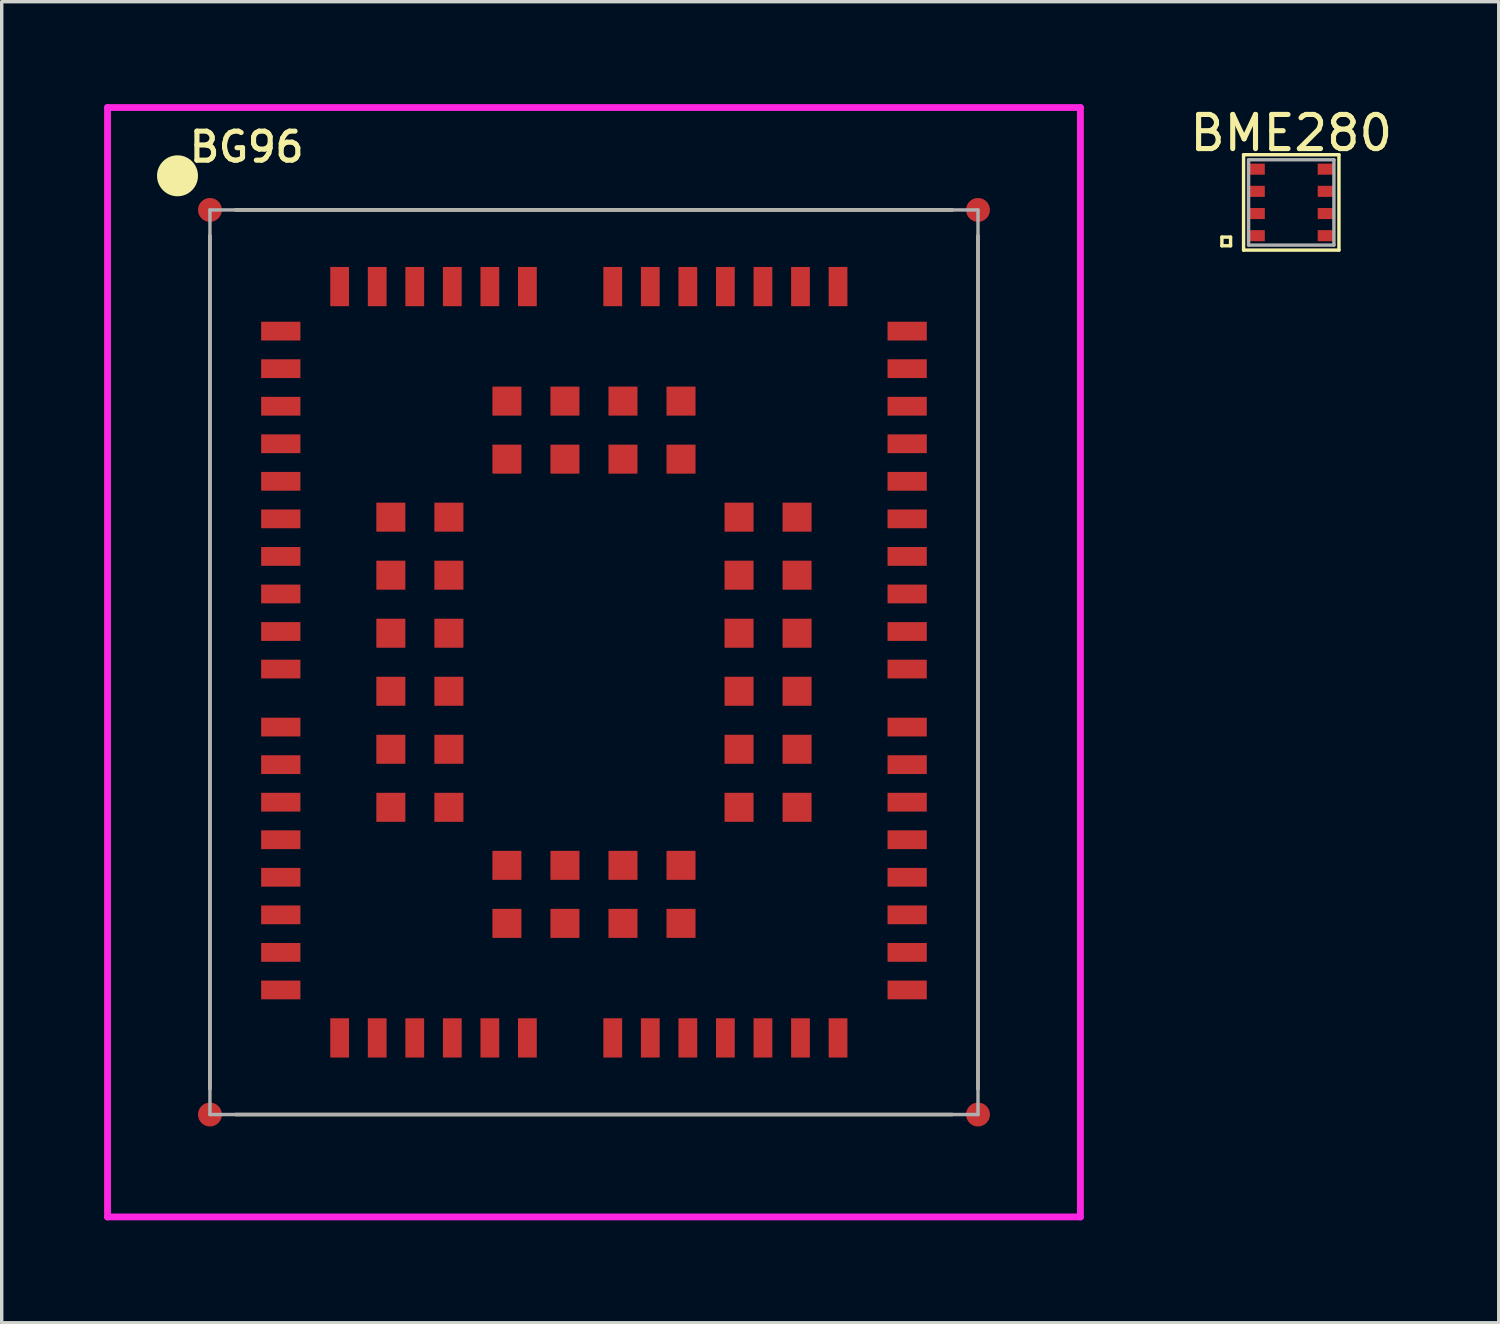
<source format=kicad_pcb>
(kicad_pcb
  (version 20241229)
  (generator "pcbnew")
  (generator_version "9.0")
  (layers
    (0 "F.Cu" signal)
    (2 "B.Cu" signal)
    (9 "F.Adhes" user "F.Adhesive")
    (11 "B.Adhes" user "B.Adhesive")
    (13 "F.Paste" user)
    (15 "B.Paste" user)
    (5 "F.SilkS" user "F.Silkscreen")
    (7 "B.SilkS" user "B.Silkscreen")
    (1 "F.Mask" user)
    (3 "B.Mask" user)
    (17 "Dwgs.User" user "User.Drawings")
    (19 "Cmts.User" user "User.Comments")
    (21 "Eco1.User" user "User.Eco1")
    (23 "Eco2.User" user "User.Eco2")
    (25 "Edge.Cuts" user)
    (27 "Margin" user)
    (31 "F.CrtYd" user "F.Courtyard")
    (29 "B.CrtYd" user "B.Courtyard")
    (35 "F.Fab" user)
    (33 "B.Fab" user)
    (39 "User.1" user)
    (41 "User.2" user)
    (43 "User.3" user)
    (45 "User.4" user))
  (footprint "BG96"
    (layer "F.Cu")
    (at 14.35 16.35)
    (property "Reference" "BG96" (at -10.174 -15.094 0) (layer "F.SilkS") (effects (font (size 0.85 0.85) (thickness 0.15))))
    (attr smd)
    (fp_line (start -11.25 12.5) (end -11.25 -12.5) (stroke (width 0.1) (type solid)) (layer "F.SilkS"))
    (fp_line (start -10.5 -13.25) (end 10.5 -13.25) (stroke (width 0.1) (type solid)) (layer "F.SilkS"))
    (fp_line (start 10.5 13.25) (end -10.5 13.25) (stroke (width 0.1) (type solid)) (layer "F.SilkS"))
    (fp_line (start 11.25 -12.5) (end 11.25 12.5) (stroke (width 0.1) (type solid)) (layer "F.SilkS"))
    (fp_line (start -14.25 -16.25) (end 14.25 -16.25) (stroke (width 0.2) (type solid)) (layer "F.CrtYd"))
    (fp_line (start -14.25 16.25) (end -14.25 -16.25) (stroke (width 0.2) (type solid)) (layer "F.CrtYd"))
    (fp_line (start 14.25 -16.25) (end 14.25 16.25) (stroke (width 0.2) (type solid)) (layer "F.CrtYd"))
    (fp_line (start 14.25 16.25) (end -14.25 16.25) (stroke (width 0.2) (type solid)) (layer "F.CrtYd"))
    (fp_line (start -11.25 -13.25) (end 11.25 -13.25) (stroke (width 0.1) (type solid)) (layer "F.Fab"))
    (fp_line (start -11.25 13.25) (end -11.25 -13.25) (stroke (width 0.1) (type solid)) (layer "F.Fab"))
    (fp_line (start 11.25 -13.25) (end 11.25 13.25) (stroke (width 0.1) (type solid)) (layer "F.Fab"))
    (fp_line (start 11.25 13.25) (end -11.25 13.25) (stroke (width 0.1) (type solid)) (layer "F.Fab"))
    (pad "" smd circle (at -12.2 -14.25 90) (size 1.2 1.2) (layers "F.SilkS"))
    (pad "0" smd circle (at -11.25 -13.25 90) (size 0.7 0.7) (layers "F.Cu" "F.Mask"))
    (pad "0" smd circle (at -11.25 13.25 90) (size 0.7 0.7) (layers "F.Cu" "F.Mask"))
    (pad "0" smd circle (at 11.25 -13.25 90) (size 0.7 0.7) (layers "F.Cu" "F.Mask"))
    (pad "0" smd circle (at 11.25 13.25 90) (size 0.7 0.7) (layers "F.Cu" "F.Mask"))
    (pad "1" smd rect (at -9.175 -9.7) (size 1.15 0.55) (layers "F.Cu" "F.Mask" "F.Paste"))
    (pad "2" smd rect (at -9.175 -8.6) (size 1.15 0.55) (layers "F.Cu" "F.Mask" "F.Paste"))
    (pad "3" smd rect (at -9.175 -7.5) (size 1.15 0.55) (layers "F.Cu" "F.Mask" "F.Paste"))
    (pad "4" smd rect (at -9.175 -6.4) (size 1.15 0.55) (layers "F.Cu" "F.Mask" "F.Paste"))
    (pad "5" smd rect (at -9.175 -5.3) (size 1.15 0.55) (layers "F.Cu" "F.Mask" "F.Paste"))
    (pad "6" smd rect (at -9.175 -4.2) (size 1.15 0.55) (layers "F.Cu" "F.Mask" "F.Paste"))
    (pad "7" smd rect (at -9.175 -3.1) (size 1.15 0.55) (layers "F.Cu" "F.Mask" "F.Paste"))
    (pad "8" smd rect (at -9.175 -2) (size 1.15 0.55) (layers "F.Cu" "F.Mask" "F.Paste"))
    (pad "9" smd rect (at -9.175 -0.9) (size 1.15 0.55) (layers "F.Cu" "F.Mask" "F.Paste"))
    (pad "10" smd rect (at -9.175 0.2) (size 1.15 0.55) (layers "F.Cu" "F.Mask" "F.Paste"))
    (pad "11" smd rect (at -9.175 1.9) (size 1.15 0.55) (layers "F.Cu" "F.Mask" "F.Paste"))
    (pad "12" smd rect (at -9.175 3) (size 1.15 0.55) (layers "F.Cu" "F.Mask" "F.Paste"))
    (pad "13" smd rect (at -9.175 4.1) (size 1.15 0.55) (layers "F.Cu" "F.Mask" "F.Paste"))
    (pad "14" smd rect (at -9.175 5.2) (size 1.15 0.55) (layers "F.Cu" "F.Mask" "F.Paste"))
    (pad "15" smd rect (at -9.175 6.3) (size 1.15 0.55) (layers "F.Cu" "F.Mask" "F.Paste"))
    (pad "16" smd rect (at -9.175 7.4) (size 1.15 0.55) (layers "F.Cu" "F.Mask" "F.Paste"))
    (pad "17" smd rect (at -9.175 8.5) (size 1.15 0.55) (layers "F.Cu" "F.Mask" "F.Paste"))
    (pad "18" smd rect (at -9.175 9.6) (size 1.15 0.55) (layers "F.Cu" "F.Mask" "F.Paste"))
    (pad "19" smd rect (at -7.45 11.005 90) (size 1.15 0.55) (layers "F.Cu" "F.Mask" "F.Paste"))
    (pad "20" smd rect (at -6.35 11.005 90) (size 1.15 0.55) (layers "F.Cu" "F.Mask" "F.Paste"))
    (pad "21" smd rect (at -5.25 11.005 90) (size 1.15 0.55) (layers "F.Cu" "F.Mask" "F.Paste"))
    (pad "22" smd rect (at -4.15 11.005 90) (size 1.15 0.55) (layers "F.Cu" "F.Mask" "F.Paste"))
    (pad "23" smd rect (at -3.05 11.005 90) (size 1.15 0.55) (layers "F.Cu" "F.Mask" "F.Paste"))
    (pad "24" smd rect (at -1.95 11.005 90) (size 1.15 0.55) (layers "F.Cu" "F.Mask" "F.Paste"))
    (pad "25" smd rect (at 0.55 11.005 90) (size 1.15 0.55) (layers "F.Cu" "F.Mask" "F.Paste"))
    (pad "26" smd rect (at 1.65 11.005 90) (size 1.15 0.55) (layers "F.Cu" "F.Mask" "F.Paste"))
    (pad "27" smd rect (at 2.75 11.005 90) (size 1.15 0.55) (layers "F.Cu" "F.Mask" "F.Paste"))
    (pad "28" smd rect (at 3.85 11.005 90) (size 1.15 0.55) (layers "F.Cu" "F.Mask" "F.Paste"))
    (pad "29" smd rect (at 4.95 11.005 90) (size 1.15 0.55) (layers "F.Cu" "F.Mask" "F.Paste"))
    (pad "30" smd rect (at 6.05 11.005 90) (size 1.15 0.55) (layers "F.Cu" "F.Mask" "F.Paste"))
    (pad "31" smd rect (at 7.15 11.005 90) (size 1.15 0.55) (layers "F.Cu" "F.Mask" "F.Paste"))
    (pad "32" smd rect (at 9.175 9.6 180) (size 1.15 0.55) (layers "F.Cu" "F.Mask" "F.Paste"))
    (pad "33" smd rect (at 9.175 8.5 180) (size 1.15 0.55) (layers "F.Cu" "F.Mask" "F.Paste"))
    (pad "34" smd rect (at 9.175 7.4 180) (size 1.15 0.55) (layers "F.Cu" "F.Mask" "F.Paste"))
    (pad "35" smd rect (at 9.175 6.3 180) (size 1.15 0.55) (layers "F.Cu" "F.Mask" "F.Paste"))
    (pad "36" smd rect (at 9.175 5.2 180) (size 1.15 0.55) (layers "F.Cu" "F.Mask" "F.Paste"))
    (pad "37" smd rect (at 9.175 4.1 180) (size 1.15 0.55) (layers "F.Cu" "F.Mask" "F.Paste"))
    (pad "38" smd rect (at 9.175 3 180) (size 1.15 0.55) (layers "F.Cu" "F.Mask" "F.Paste"))
    (pad "39" smd rect (at 9.175 1.9 180) (size 1.15 0.55) (layers "F.Cu" "F.Mask" "F.Paste"))
    (pad "40" smd rect (at 9.175 0.2 180) (size 1.15 0.55) (layers "F.Cu" "F.Mask" "F.Paste"))
    (pad "41" smd rect (at 9.175 -0.9 180) (size 1.15 0.55) (layers "F.Cu" "F.Mask" "F.Paste"))
    (pad "42" smd rect (at 9.175 -2 180) (size 1.15 0.55) (layers "F.Cu" "F.Mask" "F.Paste"))
    (pad "43" smd rect (at 9.175 -3.1 180) (size 1.15 0.55) (layers "F.Cu" "F.Mask" "F.Paste"))
    (pad "44" smd rect (at 9.175 -4.2 180) (size 1.15 0.55) (layers "F.Cu" "F.Mask" "F.Paste"))
    (pad "45" smd rect (at 9.175 -5.3 180) (size 1.15 0.55) (layers "F.Cu" "F.Mask" "F.Paste"))
    (pad "46" smd rect (at 9.175 -6.4 180) (size 1.15 0.55) (layers "F.Cu" "F.Mask" "F.Paste"))
    (pad "47" smd rect (at 9.175 -7.5 180) (size 1.15 0.55) (layers "F.Cu" "F.Mask" "F.Paste"))
    (pad "48" smd rect (at 9.175 -8.6 180) (size 1.15 0.55) (layers "F.Cu" "F.Mask" "F.Paste"))
    (pad "49" smd rect (at 9.175 -9.7 180) (size 1.15 0.55) (layers "F.Cu" "F.Mask" "F.Paste"))
    (pad "50" smd rect (at 7.15 -11.005 270) (size 1.15 0.55) (layers "F.Cu" "F.Mask" "F.Paste"))
    (pad "51" smd rect (at 6.05 -11.005 270) (size 1.15 0.55) (layers "F.Cu" "F.Mask" "F.Paste"))
    (pad "52" smd rect (at 4.95 -11.005 270) (size 1.15 0.55) (layers "F.Cu" "F.Mask" "F.Paste"))
    (pad "53" smd rect (at 3.85 -11.005 270) (size 1.15 0.55) (layers "F.Cu" "F.Mask" "F.Paste"))
    (pad "54" smd rect (at 2.75 -11.005 270) (size 1.15 0.55) (layers "F.Cu" "F.Mask" "F.Paste"))
    (pad "55" smd rect (at 1.65 -11.005 270) (size 1.15 0.55) (layers "F.Cu" "F.Mask" "F.Paste"))
    (pad "56" smd rect (at 0.55 -11.005 270) (size 1.15 0.55) (layers "F.Cu" "F.Mask" "F.Paste"))
    (pad "57" smd rect (at -1.95 -11.005 270) (size 1.15 0.55) (layers "F.Cu" "F.Mask" "F.Paste"))
    (pad "58" smd rect (at -3.05 -11.005 270) (size 1.15 0.55) (layers "F.Cu" "F.Mask" "F.Paste"))
    (pad "59" smd rect (at -4.15 -11.005 270) (size 1.15 0.55) (layers "F.Cu" "F.Mask" "F.Paste"))
    (pad "60" smd rect (at -5.25 -11.005 270) (size 1.15 0.55) (layers "F.Cu" "F.Mask" "F.Paste"))
    (pad "61" smd rect (at -6.35 -11.005 270) (size 1.15 0.55) (layers "F.Cu" "F.Mask" "F.Paste"))
    (pad "62" smd rect (at -7.45 -11.005 270) (size 1.15 0.55) (layers "F.Cu" "F.Mask" "F.Paste"))
    (pad "63" smd rect (at -5.95 -4.25) (size 0.85 0.85) (layers "F.Cu" "F.Mask" "F.Paste"))
    (pad "64" smd rect (at -5.95 -2.55) (size 0.85 0.85) (layers "F.Cu" "F.Mask" "F.Paste"))
    (pad "65" smd rect (at -5.95 -0.85) (size 0.85 0.85) (layers "F.Cu" "F.Mask" "F.Paste"))
    (pad "66" smd rect (at -5.95 0.85) (size 0.85 0.85) (layers "F.Cu" "F.Mask" "F.Paste"))
    (pad "67" smd rect (at -5.95 2.55) (size 0.85 0.85) (layers "F.Cu" "F.Mask" "F.Paste"))
    (pad "68" smd rect (at -5.95 4.25) (size 0.85 0.85) (layers "F.Cu" "F.Mask" "F.Paste"))
    (pad "69" smd rect (at -2.55 7.65) (size 0.85 0.85) (layers "F.Cu" "F.Mask" "F.Paste"))
    (pad "70" smd rect (at -0.85 7.65) (size 0.85 0.85) (layers "F.Cu" "F.Mask" "F.Paste"))
    (pad "71" smd rect (at 0.85 7.65) (size 0.85 0.85) (layers "F.Cu" "F.Mask" "F.Paste"))
    (pad "72" smd rect (at 2.55 7.65) (size 0.85 0.85) (layers "F.Cu" "F.Mask" "F.Paste"))
    (pad "73" smd rect (at 5.95 4.25) (size 0.85 0.85) (layers "F.Cu" "F.Mask" "F.Paste"))
    (pad "74" smd rect (at 5.95 2.55) (size 0.85 0.85) (layers "F.Cu" "F.Mask" "F.Paste"))
    (pad "75" smd rect (at 5.95 0.85) (size 0.85 0.85) (layers "F.Cu" "F.Mask" "F.Paste"))
    (pad "76" smd rect (at 5.95 -0.85) (size 0.85 0.85) (layers "F.Cu" "F.Mask" "F.Paste"))
    (pad "77" smd rect (at 5.95 -2.55) (size 0.85 0.85) (layers "F.Cu" "F.Mask" "F.Paste"))
    (pad "78" smd rect (at 5.95 -4.25) (size 0.85 0.85) (layers "F.Cu" "F.Mask" "F.Paste"))
    (pad "79" smd rect (at 2.55 -7.65) (size 0.85 0.85) (layers "F.Cu" "F.Mask" "F.Paste"))
    (pad "80" smd rect (at 0.85 -7.65) (size 0.85 0.85) (layers "F.Cu" "F.Mask" "F.Paste"))
    (pad "81" smd rect (at -0.85 -7.65) (size 0.85 0.85) (layers "F.Cu" "F.Mask" "F.Paste"))
    (pad "82" smd rect (at -2.55 -7.65) (size 0.85 0.85) (layers "F.Cu" "F.Mask" "F.Paste"))
    (pad "83" smd rect (at -4.25 -4.25) (size 0.85 0.85) (layers "F.Cu" "F.Mask" "F.Paste"))
    (pad "84" smd rect (at -4.25 -2.55) (size 0.85 0.85) (layers "F.Cu" "F.Mask" "F.Paste"))
    (pad "85" smd rect (at -4.25 -0.85) (size 0.85 0.85) (layers "F.Cu" "F.Mask" "F.Paste"))
    (pad "86" smd rect (at -4.25 0.85) (size 0.85 0.85) (layers "F.Cu" "F.Mask" "F.Paste"))
    (pad "87" smd rect (at -4.25 2.55) (size 0.85 0.85) (layers "F.Cu" "F.Mask" "F.Paste"))
    (pad "88" smd rect (at -4.25 4.25) (size 0.85 0.85) (layers "F.Cu" "F.Mask" "F.Paste"))
    (pad "89" smd rect (at -2.55 5.95) (size 0.85 0.85) (layers "F.Cu" "F.Mask" "F.Paste"))
    (pad "90" smd rect (at -0.85 5.95) (size 0.85 0.85) (layers "F.Cu" "F.Mask" "F.Paste"))
    (pad "91" smd rect (at 0.85 5.95) (size 0.85 0.85) (layers "F.Cu" "F.Mask" "F.Paste"))
    (pad "92" smd rect (at 2.55 5.95) (size 0.85 0.85) (layers "F.Cu" "F.Mask" "F.Paste"))
    (pad "93" smd rect (at 4.25 4.25) (size 0.85 0.85) (layers "F.Cu" "F.Mask" "F.Paste"))
    (pad "94" smd rect (at 4.25 2.55) (size 0.85 0.85) (layers "F.Cu" "F.Mask" "F.Paste"))
    (pad "95" smd rect (at 4.25 0.85) (size 0.85 0.85) (layers "F.Cu" "F.Mask" "F.Paste"))
    (pad "96" smd rect (at 4.25 -0.85) (size 0.85 0.85) (layers "F.Cu" "F.Mask" "F.Paste"))
    (pad "97" smd rect (at 4.25 -2.55) (size 0.85 0.85) (layers "F.Cu" "F.Mask" "F.Paste"))
    (pad "98" smd rect (at 4.25 -4.25) (size 0.85 0.85) (layers "F.Cu" "F.Mask" "F.Paste"))
    (pad "99" smd rect (at 2.55 -5.95) (size 0.85 0.85) (layers "F.Cu" "F.Mask" "F.Paste"))
    (pad "100" smd rect (at 0.85 -5.95) (size 0.85 0.85) (layers "F.Cu" "F.Mask" "F.Paste"))
    (pad "101" smd rect (at -0.85 -5.95) (size 0.85 0.85) (layers "F.Cu" "F.Mask" "F.Paste"))
    (pad "102" smd rect (at -2.55 -5.95) (size 0.85 0.85) (layers "F.Cu" "F.Mask" "F.Paste")))
  (footprint "BME280"
    (layer "F.Cu")
    (at 34.777 2.88)
    (property "Reference" "BME280" (at 0 -2.032 0) (layer "F.SilkS") (effects (font (size 1 1) (thickness 0.15))))
    (attr smd)
    (fp_line (start -2.032 1.016) (end -2.032 1.27) (stroke (width 0.1) (type solid)) (layer "F.SilkS"))
    (fp_line (start -2.032 1.27) (end -1.778 1.27) (stroke (width 0.1) (type solid)) (layer "F.SilkS"))
    (fp_line (start -1.778 1.016) (end -2.032 1.016) (stroke (width 0.1) (type solid)) (layer "F.SilkS"))
    (fp_line (start -1.778 1.27) (end -1.778 1.016) (stroke (width 0.1) (type solid)) (layer "F.SilkS"))
    (fp_line (start -1.397 -1.397) (end 1.397 -1.397) (stroke (width 0.1) (type solid)) (layer "F.SilkS"))
    (fp_line (start -1.397 1.397) (end -1.397 -1.397) (stroke (width 0.1) (type solid)) (layer "F.SilkS"))
    (fp_line (start 1.397 -1.397) (end 1.397 1.397) (stroke (width 0.1) (type solid)) (layer "F.SilkS"))
    (fp_line (start 1.397 1.397) (end -1.397 1.397) (stroke (width 0.1) (type solid)) (layer "F.SilkS"))
    (fp_line (start -1.25 -1.25) (end 1.25 -1.25) (stroke (width 0.1) (type solid)) (layer "F.Fab"))
    (fp_line (start -1.25 1.25) (end -1.25 -1.25) (stroke (width 0.1) (type solid)) (layer "F.Fab"))
    (fp_line (start 1.25 -1.25) (end 1.25 1.25) (stroke (width 0.1) (type solid)) (layer "F.Fab"))
    (fp_line (start 1.25 1.25) (end -1.25 1.25) (stroke (width 0.1) (type solid)) (layer "F.Fab"))
    (pad "1" smd rect (at -1.025 0.975 180) (size 0.5 0.325) (layers "F.Cu" "F.Mask" "F.Paste"))
    (pad "2" smd rect (at -1.025 0.325 180) (size 0.5 0.325) (layers "F.Cu" "F.Mask" "F.Paste"))
    (pad "3" smd rect (at -1.025 -0.325 180) (size 0.5 0.325) (layers "F.Cu" "F.Mask" "F.Paste"))
    (pad "4" smd rect (at -1.025 -0.975 180) (size 0.5 0.325) (layers "F.Cu" "F.Mask" "F.Paste"))
    (pad "5" smd rect (at 1.025 -0.975 180) (size 0.5 0.325) (layers "F.Cu" "F.Mask" "F.Paste"))
    (pad "6" smd rect (at 1.025 -0.325 180) (size 0.5 0.325) (layers "F.Cu" "F.Mask" "F.Paste"))
    (pad "7" smd rect (at 1.025 0.325 180) (size 0.5 0.325) (layers "F.Cu" "F.Mask" "F.Paste"))
    (pad "8" smd rect (at 1.025 0.975 180) (size 0.5 0.325) (layers "F.Cu" "F.Mask" "F.Paste")))
  (gr_rect
    (start -3 -3)
    (end 40.855 35.7)
    (stroke (width 0.1) (type default))
    (fill no)
    (layer "Edge.Cuts")))
</source>
